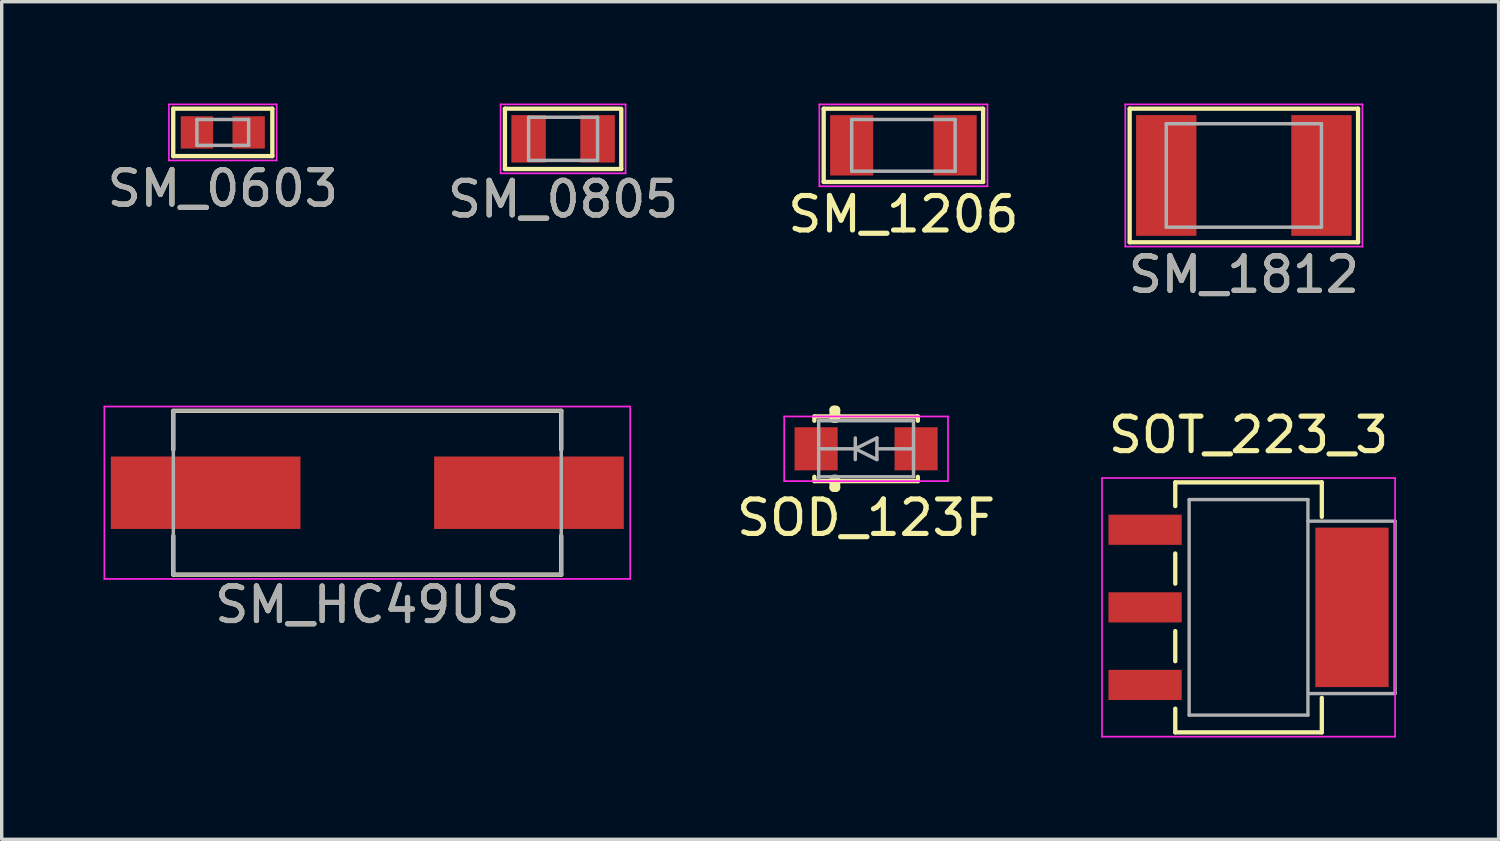
<source format=kicad_pcb>
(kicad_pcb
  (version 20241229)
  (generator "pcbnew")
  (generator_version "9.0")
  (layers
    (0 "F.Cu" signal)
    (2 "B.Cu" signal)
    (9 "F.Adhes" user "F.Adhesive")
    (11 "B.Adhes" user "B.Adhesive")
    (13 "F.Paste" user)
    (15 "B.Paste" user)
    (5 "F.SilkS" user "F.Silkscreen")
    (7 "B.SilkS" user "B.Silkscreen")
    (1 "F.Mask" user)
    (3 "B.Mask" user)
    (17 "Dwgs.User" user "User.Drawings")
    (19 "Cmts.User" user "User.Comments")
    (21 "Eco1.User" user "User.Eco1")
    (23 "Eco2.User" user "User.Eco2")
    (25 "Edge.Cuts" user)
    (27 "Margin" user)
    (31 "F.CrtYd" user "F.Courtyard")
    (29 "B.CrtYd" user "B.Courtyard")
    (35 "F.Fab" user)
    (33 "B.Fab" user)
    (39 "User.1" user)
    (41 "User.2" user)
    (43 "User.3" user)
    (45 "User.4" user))
  (footprint "SOD_123F"
    (layer "F.Cu")
    (at 22.469 10.173)
    (property "Reference" "SOD_123F" (at 0 2.032 0) (layer "F.SilkS") (effects (font (size 1.016 1.016) (thickness 0.152))))
    (attr smd)
    (fp_line (start -1.524 -0.953) (end -1.524 -0.826) (stroke (width 0.127) (type solid)) (layer "F.SilkS"))
    (fp_line (start -1.524 -0.953) (end 1.524 -0.953) (stroke (width 0.127) (type solid)) (layer "F.SilkS"))
    (fp_line (start -1.524 0.826) (end -1.524 0.953) (stroke (width 0.127) (type solid)) (layer "F.SilkS"))
    (fp_line (start -1.524 0.953) (end 1.524 0.953) (stroke (width 0.127) (type solid)) (layer "F.SilkS"))
    (fp_line (start -0.953 -1.143) (end -0.953 -0.889) (stroke (width 0.254) (type solid)) (layer "F.SilkS"))
    (fp_line (start -0.953 0.889) (end -0.953 1.143) (stroke (width 0.254) (type solid)) (layer "F.SilkS"))
    (fp_line (start -0.889 -1.143) (end -0.953 -1.143) (stroke (width 0.254) (type solid)) (layer "F.SilkS"))
    (fp_line (start -0.889 -1.143) (end -0.889 -0.889) (stroke (width 0.254) (type solid)) (layer "F.SilkS"))
    (fp_line (start -0.889 0.889) (end -0.889 1.143) (stroke (width 0.254) (type solid)) (layer "F.SilkS"))
    (fp_line (start -0.889 1.143) (end -0.953 1.143) (stroke (width 0.254) (type solid)) (layer "F.SilkS"))
    (fp_line (start 1.524 -0.953) (end 1.524 -0.826) (stroke (width 0.127) (type solid)) (layer "F.SilkS"))
    (fp_line (start 1.524 0.826) (end 1.524 0.953) (stroke (width 0.127) (type solid)) (layer "F.SilkS"))
    (fp_line (start -2.413 -0.953) (end 2.413 -0.953) (stroke (width 0.051) (type solid)) (layer "F.CrtYd"))
    (fp_line (start -2.413 0.953) (end -2.413 -0.953) (stroke (width 0.051) (type solid)) (layer "F.CrtYd"))
    (fp_line (start 2.413 -0.953) (end 2.413 0.953) (stroke (width 0.051) (type solid)) (layer "F.CrtYd"))
    (fp_line (start 2.413 0.953) (end -2.413 0.953) (stroke (width 0.051) (type solid)) (layer "F.CrtYd"))
    (fp_line (start -1.397 -0.826) (end 1.397 -0.826) (stroke (width 0.102) (type solid)) (layer "F.Fab"))
    (fp_line (start -1.397 0.889) (end -1.397 -0.826) (stroke (width 0.102) (type solid)) (layer "F.Fab"))
    (fp_line (start -0.318 -0.318) (end -0.318 0.318) (stroke (width 0.102) (type solid)) (layer "F.Fab"))
    (fp_line (start -0.318 0) (end -1.397 0) (stroke (width 0.102) (type solid)) (layer "F.Fab"))
    (fp_line (start -0.318 0) (end 0.318 0.318) (stroke (width 0.102) (type solid)) (layer "F.Fab"))
    (fp_line (start 0.318 -0.318) (end -0.318 0) (stroke (width 0.102) (type solid)) (layer "F.Fab"))
    (fp_line (start 0.318 0) (end 1.397 0) (stroke (width 0.102) (type solid)) (layer "F.Fab"))
    (fp_line (start 0.318 0.318) (end 0.318 -0.318) (stroke (width 0.102) (type solid)) (layer "F.Fab"))
    (fp_line (start 1.397 -0.826) (end 1.397 0.826) (stroke (width 0.102) (type solid)) (layer "F.Fab"))
    (fp_line (start 1.397 0.826) (end -1.397 0.826) (stroke (width 0.102) (type solid)) (layer "F.Fab"))
    (pad "A" smd rect (at 1.473 0) (size 1.27 1.27) (layers "F.Cu" "F.Mask" "F.Paste"))
    (pad "K" smd rect (at -1.473 0) (size 1.27 1.27) (layers "F.Cu" "F.Mask" "F.Paste")))
  (footprint "SM_HC49US"
    (layer "F.Cu")
    (at 7.772 11.468)
    (property "Reference" "SM_HC49US" (at 0 3.302 0) (layer "F.SilkS") (effects (font (size 1.016 1.016) (thickness 0.152))))
    (attr smd)
    (fp_line (start -5.715 -2.413) (end -5.715 -1.27) (stroke (width 0.127) (type solid)) (layer "F.SilkS"))
    (fp_line (start -5.715 -2.413) (end 5.715 -2.413) (stroke (width 0.127) (type solid)) (layer "F.SilkS"))
    (fp_line (start -5.715 1.27) (end -5.715 2.413) (stroke (width 0.127) (type solid)) (layer "F.SilkS"))
    (fp_line (start -5.715 2.413) (end 5.715 2.413) (stroke (width 0.127) (type solid)) (layer "F.SilkS"))
    (fp_line (start 5.715 -2.413) (end 5.715 -1.27) (stroke (width 0.127) (type solid)) (layer "F.SilkS"))
    (fp_line (start 5.715 1.27) (end 5.715 2.413) (stroke (width 0.127) (type solid)) (layer "F.SilkS"))
    (fp_line (start -7.747 -2.54) (end 7.747 -2.54) (stroke (width 0.05) (type solid)) (layer "F.CrtYd"))
    (fp_line (start -7.747 2.54) (end -7.747 -2.54) (stroke (width 0.05) (type solid)) (layer "F.CrtYd"))
    (fp_line (start 7.747 -2.54) (end 7.747 2.54) (stroke (width 0.05) (type solid)) (layer "F.CrtYd"))
    (fp_line (start 7.747 2.54) (end -7.747 2.54) (stroke (width 0.05) (type solid)) (layer "F.CrtYd"))
    (fp_line (start -5.715 -2.413) (end 5.715 -2.413) (stroke (width 0.102) (type solid)) (layer "F.Fab"))
    (fp_line (start -5.715 2.413) (end -5.715 -2.413) (stroke (width 0.102) (type solid)) (layer "F.Fab"))
    (fp_line (start 5.715 -2.413) (end 5.715 2.413) (stroke (width 0.102) (type solid)) (layer "F.Fab"))
    (fp_line (start 5.715 2.413) (end -5.715 2.413) (stroke (width 0.102) (type solid)) (layer "F.Fab"))
    (fp_text user "${REFERENCE}" (at 0 3.302 0) (layer "F.Fab") (effects (font (size 1.016 1.016) (thickness 0.152))))
    (pad "1" smd rect (at -4.763 0) (size 5.588 2.134) (layers "F.Cu" "F.Mask" "F.Paste"))
    (pad "2" smd rect (at 4.763 0) (size 5.588 2.134) (layers "F.Cu" "F.Mask" "F.Paste")))
  (footprint "SM_1206"
    (layer "F.Cu")
    (at 23.568 1.232)
    (property "Reference" "SM_1206" (at 0 2.032 0) (layer "F.SilkS") (effects (font (size 1.016 1.016) (thickness 0.152))))
    (attr smd)
    (fp_line (start -2.349 -1.079) (end -2.349 1.079) (stroke (width 0.127) (type solid)) (layer "F.SilkS"))
    (fp_line (start -2.349 -1.079) (end 2.349 -1.079) (stroke (width 0.127) (type solid)) (layer "F.SilkS"))
    (fp_line (start -2.349 1.079) (end 2.349 1.079) (stroke (width 0.127) (type solid)) (layer "F.SilkS"))
    (fp_line (start 2.349 -1.079) (end 2.349 1.079) (stroke (width 0.127) (type solid)) (layer "F.SilkS"))
    (fp_line (start -2.477 -1.206) (end 2.477 -1.206) (stroke (width 0.05) (type solid)) (layer "F.CrtYd"))
    (fp_line (start -2.477 1.206) (end -2.477 -1.206) (stroke (width 0.05) (type solid)) (layer "F.CrtYd"))
    (fp_line (start 2.477 -1.206) (end 2.477 1.206) (stroke (width 0.05) (type solid)) (layer "F.CrtYd"))
    (fp_line (start 2.477 1.206) (end -2.477 1.206) (stroke (width 0.05) (type solid)) (layer "F.CrtYd"))
    (fp_line (start -1.524 -0.762) (end 1.524 -0.762) (stroke (width 0.102) (type solid)) (layer "F.Fab"))
    (fp_line (start -1.524 0.762) (end -1.524 -0.762) (stroke (width 0.102) (type solid)) (layer "F.Fab"))
    (fp_line (start 1.524 -0.762) (end 1.524 0.762) (stroke (width 0.102) (type solid)) (layer "F.Fab"))
    (fp_line (start 1.524 0.762) (end -1.524 0.762) (stroke (width 0.102) (type solid)) (layer "F.Fab"))
    (pad "1" smd rect (at -1.524 0) (size 1.27 1.778) (layers "F.Cu" "F.Mask" "F.Paste"))
    (pad "2" smd rect (at 1.524 0) (size 1.27 1.778) (layers "F.Cu" "F.Mask" "F.Paste")))
  (footprint "SM_0805"
    (layer "F.Cu")
    (at 13.541 1.041)
    (property "Reference" "SM_0805" (at 0 1.778 0) (layer "F.SilkS") (effects (font (size 1.016 1.016) (thickness 0.152))))
    (attr smd)
    (fp_line (start -1.714 -0.889) (end -1.714 0.889) (stroke (width 0.127) (type solid)) (layer "F.SilkS"))
    (fp_line (start -1.714 -0.889) (end 1.651 -0.889) (stroke (width 0.127) (type solid)) (layer "F.SilkS"))
    (fp_line (start -1.714 0.889) (end 1.714 0.889) (stroke (width 0.127) (type solid)) (layer "F.SilkS"))
    (fp_line (start 1.714 -0.889) (end 1.714 0.889) (stroke (width 0.127) (type solid)) (layer "F.SilkS"))
    (fp_line (start -1.841 -1.016) (end 1.841 -1.016) (stroke (width 0.05) (type solid)) (layer "F.CrtYd"))
    (fp_line (start -1.841 1.016) (end -1.841 -1.016) (stroke (width 0.05) (type solid)) (layer "F.CrtYd"))
    (fp_line (start 1.841 -1.016) (end 1.841 1.016) (stroke (width 0.05) (type solid)) (layer "F.CrtYd"))
    (fp_line (start 1.841 1.016) (end -1.841 1.016) (stroke (width 0.05) (type solid)) (layer "F.CrtYd"))
    (fp_line (start -1.016 -0.635) (end 1.016 -0.635) (stroke (width 0.102) (type solid)) (layer "F.Fab"))
    (fp_line (start -1.016 0.635) (end -1.016 -0.635) (stroke (width 0.102) (type solid)) (layer "F.Fab"))
    (fp_line (start 1.016 -0.635) (end 1.016 0.635) (stroke (width 0.102) (type solid)) (layer "F.Fab"))
    (fp_line (start 1.016 0.635) (end -1.016 0.635) (stroke (width 0.102) (type solid)) (layer "F.Fab"))
    (fp_text user "${REFERENCE}" (at 0 1.778 0) (layer "F.Fab") (effects (font (size 1.016 1.016) (thickness 0.152))))
    (pad "1" smd rect (at -1.016 0) (size 1.016 1.397) (layers "F.Cu" "F.Mask" "F.Paste"))
    (pad "2" smd rect (at 1.016 0) (size 1.016 1.397) (layers "F.Cu" "F.Mask" "F.Paste")))
  (footprint "SM_1812"
    (layer "F.Cu")
    (at 33.599 2.12)
    (property "Reference" "SM_1812" (at 0 2.921 0) (layer "F.SilkS") (effects (font (size 1.016 1.016) (thickness 0.152))))
    (attr smd)
    (fp_line (start -3.365 -1.968) (end -3.365 1.968) (stroke (width 0.127) (type solid)) (layer "F.SilkS"))
    (fp_line (start -3.365 -1.968) (end 3.365 -1.968) (stroke (width 0.127) (type solid)) (layer "F.SilkS"))
    (fp_line (start -3.365 1.968) (end 3.365 1.968) (stroke (width 0.127) (type solid)) (layer "F.SilkS"))
    (fp_line (start 3.365 -1.968) (end 3.365 1.968) (stroke (width 0.127) (type solid)) (layer "F.SilkS"))
    (fp_line (start -3.493 -2.095) (end 3.493 -2.095) (stroke (width 0.05) (type solid)) (layer "F.CrtYd"))
    (fp_line (start -3.493 2.095) (end -3.493 -2.095) (stroke (width 0.05) (type solid)) (layer "F.CrtYd"))
    (fp_line (start 3.493 -2.095) (end 3.493 2.095) (stroke (width 0.05) (type solid)) (layer "F.CrtYd"))
    (fp_line (start 3.493 2.095) (end -3.493 2.095) (stroke (width 0.05) (type solid)) (layer "F.CrtYd"))
    (fp_line (start -2.286 -1.524) (end 2.286 -1.524) (stroke (width 0.102) (type solid)) (layer "F.Fab"))
    (fp_line (start -2.286 1.524) (end -2.286 -1.524) (stroke (width 0.102) (type solid)) (layer "F.Fab"))
    (fp_line (start 2.286 -1.524) (end 2.286 1.524) (stroke (width 0.102) (type solid)) (layer "F.Fab"))
    (fp_line (start 2.286 1.524) (end -2.286 1.524) (stroke (width 0.102) (type solid)) (layer "F.Fab"))
    (fp_text user "${REFERENCE}" (at 0 2.921 0) (layer "F.Fab") (effects (font (size 1.016 1.016) (thickness 0.152))))
    (pad "1" smd rect (at -2.286 0) (size 1.778 3.556) (layers "F.Cu" "F.Mask" "F.Paste"))
    (pad "2" smd rect (at 2.286 0) (size 1.778 3.556) (layers "F.Cu" "F.Mask" "F.Paste")))
  (footprint "SOT_223_3"
    (layer "F.Cu")
    (at 33.737 14.845)
    (property "Reference" "SOT_223_3" (at 0 -5.08 0) (layer "F.SilkS") (effects (font (size 1.016 1.016) (thickness 0.152))))
    (attr smd)
    (fp_line (start -2.159 -3.683) (end 2.159 -3.683) (stroke (width 0.127) (type solid)) (layer "F.SilkS"))
    (fp_line (start -2.159 -2.985) (end -2.159 -3.683) (stroke (width 0.127) (type solid)) (layer "F.SilkS"))
    (fp_line (start -2.159 -0.699) (end -2.159 -1.587) (stroke (width 0.127) (type solid)) (layer "F.SilkS"))
    (fp_line (start -2.159 1.587) (end -2.159 0.699) (stroke (width 0.127) (type solid)) (layer "F.SilkS"))
    (fp_line (start -2.159 3.683) (end -2.159 2.985) (stroke (width 0.127) (type solid)) (layer "F.SilkS"))
    (fp_line (start -2.159 3.683) (end 2.159 3.683) (stroke (width 0.127) (type solid)) (layer "F.SilkS"))
    (fp_line (start 2.159 -3.683) (end 2.159 -2.667) (stroke (width 0.127) (type solid)) (layer "F.SilkS"))
    (fp_line (start 2.159 3.683) (end 2.159 2.667) (stroke (width 0.127) (type solid)) (layer "F.SilkS"))
    (fp_line (start -4.318 -3.81) (end -4.318 3.81) (stroke (width 0.05) (type solid)) (layer "F.CrtYd"))
    (fp_line (start -4.318 3.81) (end 4.318 3.81) (stroke (width 0.05) (type solid)) (layer "F.CrtYd"))
    (fp_line (start 4.318 -3.81) (end -4.318 -3.81) (stroke (width 0.05) (type solid)) (layer "F.CrtYd"))
    (fp_line (start 4.318 3.81) (end 4.318 -3.81) (stroke (width 0.05) (type solid)) (layer "F.CrtYd"))
    (fp_line (start -1.75 -3.175) (end -1.75 3.175) (stroke (width 0.1) (type solid)) (layer "F.Fab"))
    (fp_line (start -1.75 -3.175) (end 1.75 -3.175) (stroke (width 0.1) (type solid)) (layer "F.Fab"))
    (fp_line (start -1.75 3.175) (end 1.75 3.175) (stroke (width 0.1) (type solid)) (layer "F.Fab"))
    (fp_line (start 1.75 -3.175) (end 1.75 3.175) (stroke (width 0.1) (type solid)) (layer "F.Fab"))
    (fp_line (start 1.75 -2.54) (end 4.318 -2.54) (stroke (width 0.1) (type solid)) (layer "F.Fab"))
    (fp_line (start 1.778 2.54) (end 4.318 2.54) (stroke (width 0.1) (type solid)) (layer "F.Fab"))
    (fp_line (start 4.318 -2.54) (end 4.318 2.54) (stroke (width 0.1) (type solid)) (layer "F.Fab"))
    (pad "1" smd rect (at -3.048 -2.286) (size 2.159 0.889) (layers "F.Cu" "F.Mask" "F.Paste"))
    (pad "2" smd rect (at -3.048 0) (size 2.159 0.889) (layers "F.Cu" "F.Mask" "F.Paste"))
    (pad "3" smd rect (at -3.048 2.286) (size 2.159 0.889) (layers "F.Cu" "F.Mask" "F.Paste"))
    (pad "4" smd rect (at 3.048 0) (size 2.159 4.699) (layers "F.Cu" "F.Mask" "F.Paste")))
  (footprint "SM_0603"
    (layer "F.Cu")
    (at 3.514 0.851)
    (property "Reference" "SM_0603" (at 0 1.651 0) (layer "F.SilkS") (effects (font (size 1.016 1.016) (thickness 0.152))))
    (attr smd)
    (fp_line (start -1.46 -0.699) (end -1.46 0.699) (stroke (width 0.127) (type solid)) (layer "F.SilkS"))
    (fp_line (start -1.46 -0.699) (end 1.46 -0.699) (stroke (width 0.127) (type solid)) (layer "F.SilkS"))
    (fp_line (start -1.46 0.699) (end 1.46 0.699) (stroke (width 0.127) (type solid)) (layer "F.SilkS"))
    (fp_line (start 1.46 -0.699) (end 1.46 0.699) (stroke (width 0.127) (type solid)) (layer "F.SilkS"))
    (fp_line (start -1.587 -0.826) (end 1.587 -0.826) (stroke (width 0.05) (type solid)) (layer "F.CrtYd"))
    (fp_line (start -1.587 0.826) (end -1.587 -0.826) (stroke (width 0.05) (type solid)) (layer "F.CrtYd"))
    (fp_line (start 1.587 -0.826) (end 1.587 0.826) (stroke (width 0.05) (type solid)) (layer "F.CrtYd"))
    (fp_line (start 1.587 0.826) (end -1.587 0.826) (stroke (width 0.05) (type solid)) (layer "F.CrtYd"))
    (fp_line (start -0.762 -0.381) (end 0.762 -0.381) (stroke (width 0.102) (type solid)) (layer "F.Fab"))
    (fp_line (start -0.762 0.381) (end -0.762 -0.381) (stroke (width 0.102) (type solid)) (layer "F.Fab"))
    (fp_line (start 0.762 -0.381) (end 0.762 0.381) (stroke (width 0.102) (type solid)) (layer "F.Fab"))
    (fp_line (start 0.762 0.381) (end -0.762 0.381) (stroke (width 0.102) (type solid)) (layer "F.Fab"))
    (fp_text user "${REFERENCE}" (at 0 1.651 0) (layer "F.Fab") (effects (font (size 1.016 1.016) (thickness 0.152))))
    (pad "1" smd rect (at -0.762 0) (size 0.953 0.953) (layers "F.Cu" "F.Mask" "F.Paste"))
    (pad "2" smd rect (at 0.762 0) (size 0.953 0.953) (layers "F.Cu" "F.Mask" "F.Paste")))
  (gr_rect
    (start -3 -3)
    (end 41.105 21.68)
    (stroke (width 0.1) (type default))
    (fill no)
    (layer "Edge.Cuts")))
</source>
